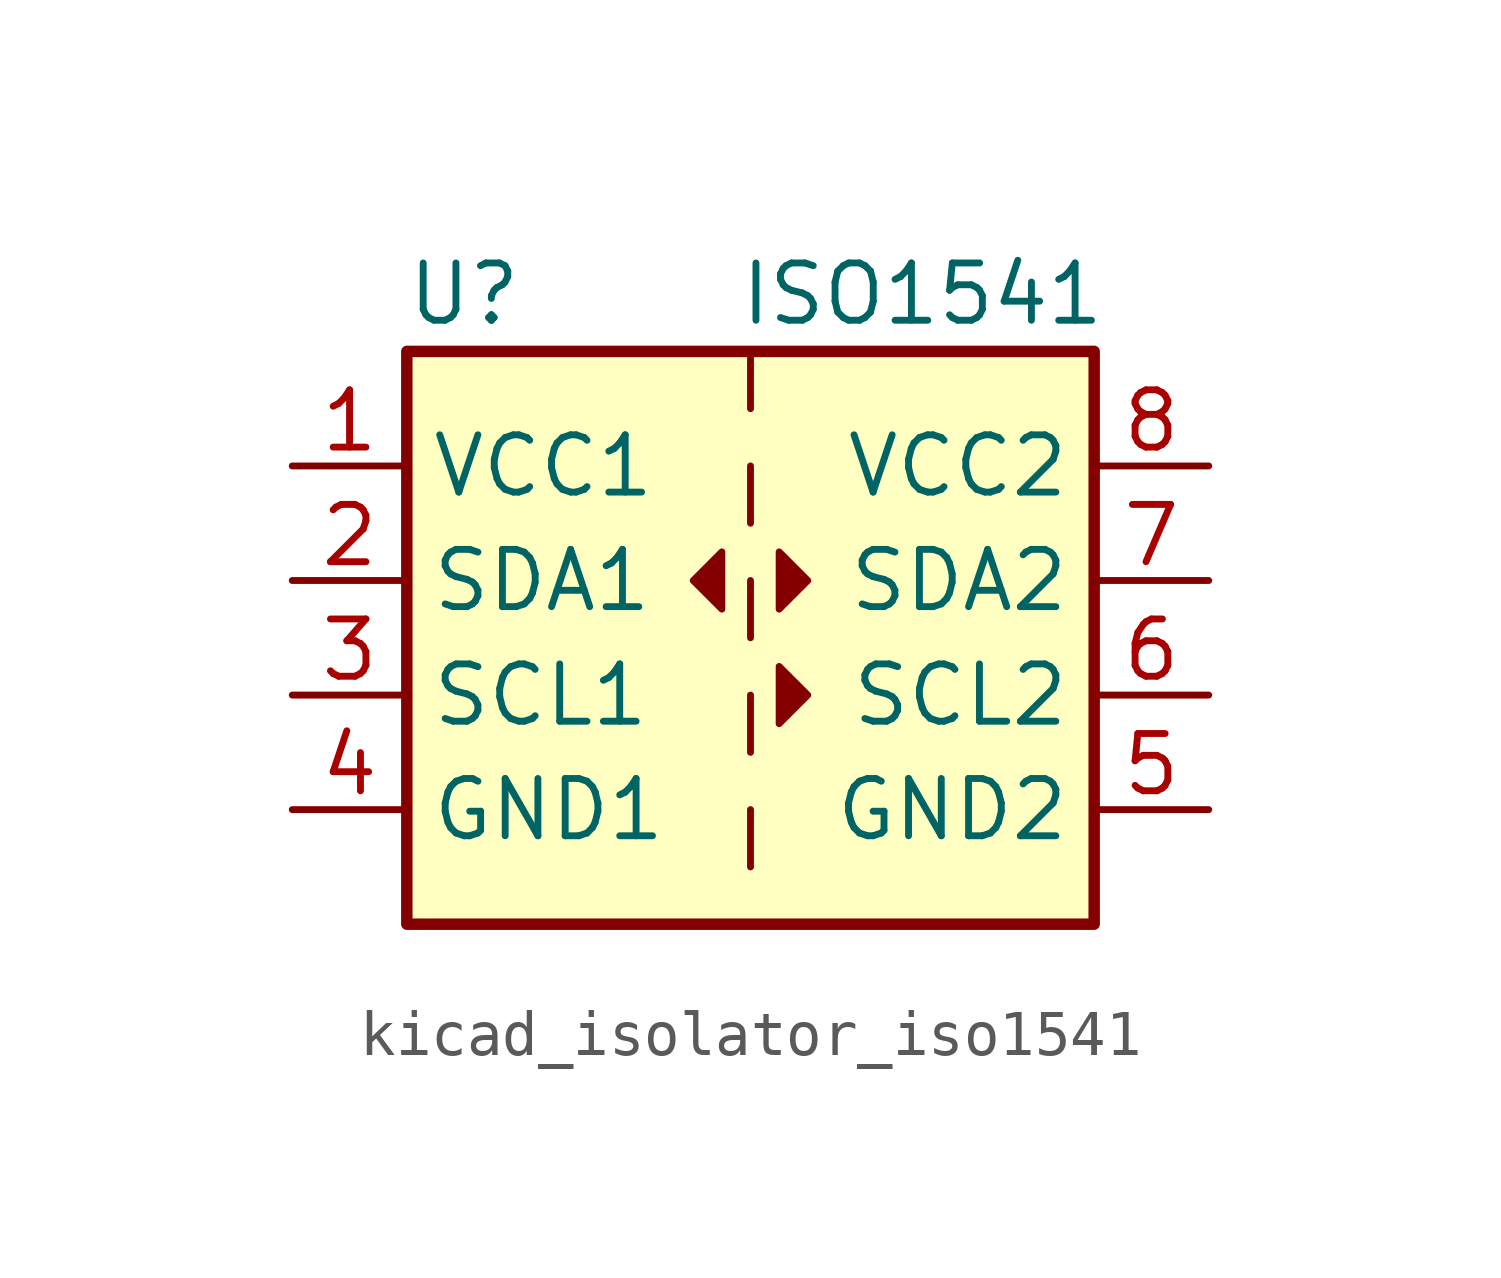
<source format=kicad_sym>
(kicad_symbol_lib
  (version 20220914)
  (generator kicad_symbol_editor)
  (symbol "kicad_isolator_iso1541"
    (property "Reference" "U"
      (at -6.35 6.35 0)
      (effects (font (size 1.27 1.27))))
    (property "Value" "ISO1541"
      (at 3.81 6.35 0)
      (effects (font (size 1.27 1.27))))
    (symbol "kicad_isolator_iso1541_0_1"
      (rectangle (start -7.62 5.08) (end 7.62 -7.62) (stroke (width 0.254) (type default)) (fill (type background)))
      (rectangle (start 0 -5.08) (end 0 -6.35) (stroke (width 0) (type default)) (fill (type none)))
      (polyline (pts (xy 0 -2.54) (xy 0 -3.81)) (stroke (width 0) (type default)) (fill (type none)))
      (polyline (pts (xy 0 0) (xy 0 -1.27)) (stroke (width 0) (type default)) (fill (type none)))
      (polyline (pts (xy 0 2.54) (xy 0 1.27)) (stroke (width 0) (type default)) (fill (type none)))
      (polyline (pts (xy 0 5.08) (xy 0 3.81)) (stroke (width 0) (type default)) (fill (type none)))
      (polyline (pts (xy -0.635 0.635) (xy -1.27 0) (xy -0.635 -0.635) (xy -0.635 0.635)) (stroke (width 0) (type default)) (fill (type outline)))
      (polyline (pts (xy 0.635 -1.905) (xy 1.27 -2.54) (xy 0.635 -3.175) (xy 0.635 -1.905)) (stroke (width 0) (type default)) (fill (type outline)))
      (polyline (pts (xy 0.635 0.635) (xy 1.27 0) (xy 0.635 -0.635) (xy 0.635 0.635)) (stroke (width 0) (type default)) (fill (type outline))))
    (symbol "kicad_isolator_iso1541_1_1"
      (pin power_in line (at -10.16 2.54 0) (length 2.54) (name "VCC1" (effects (font (size 1.27 1.27)))) (number "1" (effects (font (size 1.27 1.27)))))
      (pin bidirectional line (at -10.16 0 0) (length 2.54) (name "SDA1" (effects (font (size 1.27 1.27)))) (number "2" (effects (font (size 1.27 1.27)))))
      (pin input line (at -10.16 -2.54 0) (length 2.54) (name "SCL1" (effects (font (size 1.27 1.27)))) (number "3" (effects (font (size 1.27 1.27)))))
      (pin power_in line (at -10.16 -5.08 0) (length 2.54) (name "GND1" (effects (font (size 1.27 1.27)))) (number "4" (effects (font (size 1.27 1.27)))))
      (pin power_in line (at 10.16 -5.08 180) (length 2.54) (name "GND2" (effects (font (size 1.27 1.27)))) (number "5" (effects (font (size 1.27 1.27)))))
      (pin output line (at 10.16 -2.54 180) (length 2.54) (name "SCL2" (effects (font (size 1.27 1.27)))) (number "6" (effects (font (size 1.27 1.27)))))
      (pin bidirectional line (at 10.16 0 180) (length 2.54) (name "SDA2" (effects (font (size 1.27 1.27)))) (number "7" (effects (font (size 1.27 1.27)))))
      (pin power_in line (at 10.16 2.54 180) (length 2.54) (name "VCC2" (effects (font (size 1.27 1.27)))) (number "8" (effects (font (size 1.27 1.27))))))))
</source>
